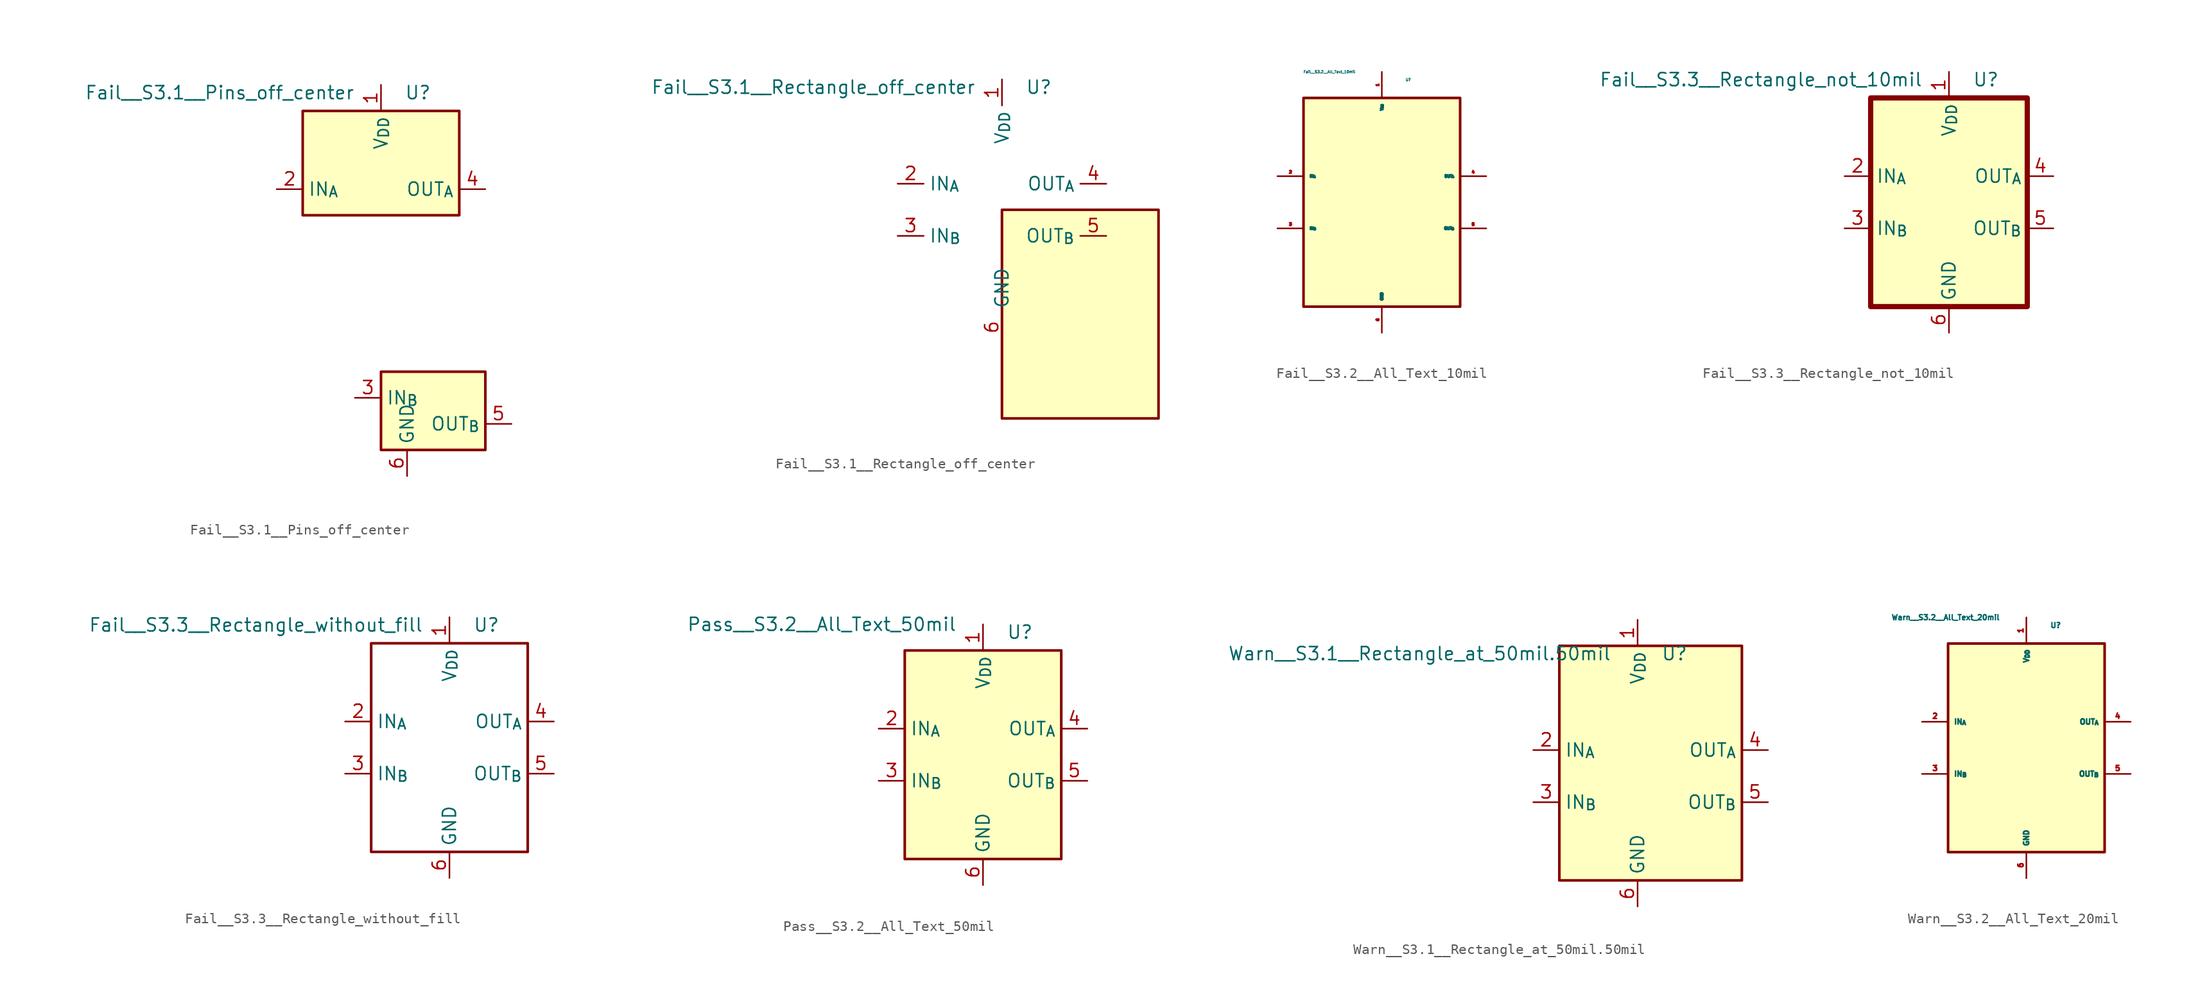
<source format=kicad_sym>
(kicad_symbol_lib
  (version 20201005)
  (generator kicad_symbol_editor)
  (symbol "CI_Test_S3.x:Fail__S3.1__Pins_off_center"
    (property "Reference" "U"
      (at 2.286 11.938 0)
      (effects (font (size 1.27 1.27)) (justify left)))
    (property "Value" "Fail__S3.1__Pins_off_center"
      (at -2.54 11.938 0)
      (effects (font (size 1.27 1.27)) (justify right)))
    (symbol "Fail__S3.1__Pins_off_center_0_1"
      (rectangle (start -7.62 10.16) (end 7.62 0) (stroke (width 0.254)) (fill (type background)))
      (rectangle (start 0 -15.24) (end 10.16 -22.86) (stroke (width 0.254)) (fill (type background))))
    (symbol "Fail__S3.1__Pins_off_center_1_1"
      (pin power_in line (at 0 12.7 270) (length 2.54) (name "V_{DD}" (effects (font (size 1.27 1.27)))) (number "1" (effects (font (size 1.27 1.27)))))
      (pin input line (at -10.16 2.54 0) (length 2.54) (name "IN_{A}" (effects (font (size 1.27 1.27)))) (number "2" (effects (font (size 1.27 1.27)))))
      (pin input line (at -2.54 -17.78 0) (length 2.54) (name "IN_{B}" (effects (font (size 1.27 1.27)))) (number "3" (effects (font (size 1.27 1.27)))))
      (pin output line (at 10.16 2.54 180) (length 2.54) (name "OUT_{A}" (effects (font (size 1.27 1.27)))) (number "4" (effects (font (size 1.27 1.27)))))
      (pin output line (at 12.7 -20.32 180) (length 2.54) (name "OUT_{B}" (effects (font (size 1.27 1.27)))) (number "5" (effects (font (size 1.27 1.27)))))
      (pin power_in line (at 2.54 -25.4 90) (length 2.54) (name "GND" (effects (font (size 1.27 1.27)))) (number "6" (effects (font (size 1.27 1.27)))))
      (pin unconnected line (at 7.62 7.62 180) (length 2.54) hide (name "NC" (effects (font (size 1.27 1.27)))) (number "7" (effects (font (size 1.27 1.27)))))
      (pin unconnected line (at 7.62 5.08 180) (length 2.54) hide (name "NC" (effects (font (size 1.27 1.27)))) (number "8" (effects (font (size 1.27 1.27)))))))
  (symbol "CI_Test_S3.x:Fail__S3.1__Rectangle_off_center"
    (property "Reference" "U"
      (at 2.286 11.938 0)
      (effects (font (size 1.27 1.27)) (justify left)))
    (property "Value" "Fail__S3.1__Rectangle_off_center"
      (at -2.54 11.938 0)
      (effects (font (size 1.27 1.27)) (justify right)))
    (symbol "Fail__S3.1__Rectangle_off_center_0_1"
      (rectangle (start 0 0) (end 15.24 -20.32) (stroke (width 0.254)) (fill (type background))))
    (symbol "Fail__S3.1__Rectangle_off_center_1_1"
      (pin power_in line (at 0 12.7 270) (length 2.54) (name "V_{DD}" (effects (font (size 1.27 1.27)))) (number "1" (effects (font (size 1.27 1.27)))))
      (pin input line (at -10.16 2.54 0) (length 2.54) (name "IN_{A}" (effects (font (size 1.27 1.27)))) (number "2" (effects (font (size 1.27 1.27)))))
      (pin input line (at -10.16 -2.54 0) (length 2.54) (name "IN_{B}" (effects (font (size 1.27 1.27)))) (number "3" (effects (font (size 1.27 1.27)))))
      (pin output line (at 10.16 2.54 180) (length 2.54) (name "OUT_{A}" (effects (font (size 1.27 1.27)))) (number "4" (effects (font (size 1.27 1.27)))))
      (pin output line (at 10.16 -2.54 180) (length 2.54) (name "OUT_{B}" (effects (font (size 1.27 1.27)))) (number "5" (effects (font (size 1.27 1.27)))))
      (pin power_in line (at 0 -12.7 90) (length 2.54) (name "GND" (effects (font (size 1.27 1.27)))) (number "6" (effects (font (size 1.27 1.27)))))
      (pin unconnected line (at 7.62 7.62 180) (length 2.54) hide (name "NC" (effects (font (size 1.27 1.27)))) (number "7" (effects (font (size 1.27 1.27)))))
      (pin unconnected line (at 7.62 -7.62 180) (length 2.54) hide (name "NC" (effects (font (size 1.27 1.27)))) (number "8" (effects (font (size 1.27 1.27)))))))
  (symbol "CI_Test_S3.x:Fail__S3.2__All_Text_10mil"
    (property "Reference" "U"
      (at 2.286 11.938 0)
      (effects (font (size 0.254 0.254)) (justify left)))
    (property "Value" "Fail__S3.2__All_Text_10mil"
      (at -2.54 12.7 0)
      (effects (font (size 0.254 0.254)) (justify right)))
    (symbol "Fail__S3.2__All_Text_10mil_0_1"
      (rectangle (start -7.62 10.16) (end 7.62 -10.16) (stroke (width 0.254)) (fill (type background))))
    (symbol "Fail__S3.2__All_Text_10mil_1_1"
      (pin power_in line (at 0 12.7 270) (length 2.54) (name "V_{DD}" (effects (font (size 0.254 0.254)))) (number "1" (effects (font (size 0.254 0.254)))))
      (pin input line (at -10.16 2.54 0) (length 2.54) (name "IN_{A}" (effects (font (size 0.254 0.254)))) (number "2" (effects (font (size 0.254 0.254)))))
      (pin input line (at -10.16 -2.54 0) (length 2.54) (name "IN_{B}" (effects (font (size 0.254 0.254)))) (number "3" (effects (font (size 0.254 0.254)))))
      (pin output line (at 10.16 2.54 180) (length 2.54) (name "OUT_{A}" (effects (font (size 0.254 0.254)))) (number "4" (effects (font (size 0.254 0.254)))))
      (pin output line (at 10.16 -2.54 180) (length 2.54) (name "OUT_{B}" (effects (font (size 0.254 0.254)))) (number "5" (effects (font (size 0.254 0.254)))))
      (pin power_in line (at 0 -12.7 90) (length 2.54) (name "GND" (effects (font (size 0.254 0.254)))) (number "6" (effects (font (size 0.254 0.254)))))
      (pin unconnected line (at 7.62 7.62 180) (length 2.54) hide (name "NC" (effects (font (size 0.254 0.254)))) (number "7" (effects (font (size 0.254 0.254)))))
      (pin unconnected line (at 7.62 -7.62 180) (length 2.54) hide (name "NC" (effects (font (size 0.254 0.254)))) (number "8" (effects (font (size 0.254 0.254)))))))
  (symbol "CI_Test_S3.x:Fail__S3.3__Rectangle_not_10mil"
    (property "Reference" "U"
      (at 2.286 11.938 0)
      (effects (font (size 1.27 1.27)) (justify left)))
    (property "Value" "Fail__S3.3__Rectangle_not_10mil"
      (at -2.54 11.938 0)
      (effects (font (size 1.27 1.27)) (justify right)))
    (symbol "Fail__S3.3__Rectangle_not_10mil_0_1"
      (rectangle (start -7.62 10.16) (end 7.62 -10.16) (stroke (width 0.508)) (fill (type background))))
    (symbol "Fail__S3.3__Rectangle_not_10mil_1_1"
      (pin power_in line (at 0 12.7 270) (length 2.54) (name "V_{DD}" (effects (font (size 1.27 1.27)))) (number "1" (effects (font (size 1.27 1.27)))))
      (pin input line (at -10.16 2.54 0) (length 2.54) (name "IN_{A}" (effects (font (size 1.27 1.27)))) (number "2" (effects (font (size 1.27 1.27)))))
      (pin input line (at -10.16 -2.54 0) (length 2.54) (name "IN_{B}" (effects (font (size 1.27 1.27)))) (number "3" (effects (font (size 1.27 1.27)))))
      (pin output line (at 10.16 2.54 180) (length 2.54) (name "OUT_{A}" (effects (font (size 1.27 1.27)))) (number "4" (effects (font (size 1.27 1.27)))))
      (pin output line (at 10.16 -2.54 180) (length 2.54) (name "OUT_{B}" (effects (font (size 1.27 1.27)))) (number "5" (effects (font (size 1.27 1.27)))))
      (pin power_in line (at 0 -12.7 90) (length 2.54) (name "GND" (effects (font (size 1.27 1.27)))) (number "6" (effects (font (size 1.27 1.27)))))
      (pin unconnected line (at 7.62 7.62 180) (length 2.54) hide (name "NC" (effects (font (size 1.27 1.27)))) (number "7" (effects (font (size 1.27 1.27)))))
      (pin unconnected line (at 7.62 -7.62 180) (length 2.54) hide (name "NC" (effects (font (size 1.27 1.27)))) (number "8" (effects (font (size 1.27 1.27)))))))
  (symbol "CI_Test_S3.x:Fail__S3.3__Rectangle_without_fill"
    (property "Reference" "U"
      (at 2.286 11.938 0)
      (effects (font (size 1.27 1.27)) (justify left)))
    (property "Value" "Fail__S3.3__Rectangle_without_fill"
      (at -2.54 11.938 0)
      (effects (font (size 1.27 1.27)) (justify right)))
    (symbol "Fail__S3.3__Rectangle_without_fill_0_1"
      (rectangle (start -7.62 10.16) (end 7.62 -10.16) (stroke (width 0.254)) (fill (type none))))
    (symbol "Fail__S3.3__Rectangle_without_fill_1_1"
      (pin power_in line (at 0 12.7 270) (length 2.54) (name "V_{DD}" (effects (font (size 1.27 1.27)))) (number "1" (effects (font (size 1.27 1.27)))))
      (pin input line (at -10.16 2.54 0) (length 2.54) (name "IN_{A}" (effects (font (size 1.27 1.27)))) (number "2" (effects (font (size 1.27 1.27)))))
      (pin input line (at -10.16 -2.54 0) (length 2.54) (name "IN_{B}" (effects (font (size 1.27 1.27)))) (number "3" (effects (font (size 1.27 1.27)))))
      (pin output line (at 10.16 2.54 180) (length 2.54) (name "OUT_{A}" (effects (font (size 1.27 1.27)))) (number "4" (effects (font (size 1.27 1.27)))))
      (pin output line (at 10.16 -2.54 180) (length 2.54) (name "OUT_{B}" (effects (font (size 1.27 1.27)))) (number "5" (effects (font (size 1.27 1.27)))))
      (pin power_in line (at 0 -12.7 90) (length 2.54) (name "GND" (effects (font (size 1.27 1.27)))) (number "6" (effects (font (size 1.27 1.27)))))
      (pin unconnected line (at 7.62 7.62 180) (length 2.54) hide (name "NC" (effects (font (size 1.27 1.27)))) (number "7" (effects (font (size 1.27 1.27)))))
      (pin unconnected line (at 7.62 -7.62 180) (length 2.54) hide (name "NC" (effects (font (size 1.27 1.27)))) (number "8" (effects (font (size 1.27 1.27)))))))
  (symbol "CI_Test_S3.x:Pass__S3.2__All_Text_50mil"
    (property "Reference" "U"
      (at 2.286 11.938 0)
      (effects (font (size 1.27 1.27)) (justify left)))
    (property "Value" "Pass__S3.2__All_Text_50mil"
      (at -2.54 12.7 0)
      (effects (font (size 1.27 1.27)) (justify right)))
    (symbol "Pass__S3.2__All_Text_50mil_0_1"
      (rectangle (start -7.62 10.16) (end 7.62 -10.16) (stroke (width 0.254)) (fill (type background))))
    (symbol "Pass__S3.2__All_Text_50mil_1_1"
      (pin power_in line (at 0 12.7 270) (length 2.54) (name "V_{DD}" (effects (font (size 1.27 1.27)))) (number "1" (effects (font (size 1.27 1.27)))))
      (pin input line (at -10.16 2.54 0) (length 2.54) (name "IN_{A}" (effects (font (size 1.27 1.27)))) (number "2" (effects (font (size 1.27 1.27)))))
      (pin input line (at -10.16 -2.54 0) (length 2.54) (name "IN_{B}" (effects (font (size 1.27 1.27)))) (number "3" (effects (font (size 1.27 1.27)))))
      (pin output line (at 10.16 2.54 180) (length 2.54) (name "OUT_{A}" (effects (font (size 1.27 1.27)))) (number "4" (effects (font (size 1.27 1.27)))))
      (pin output line (at 10.16 -2.54 180) (length 2.54) (name "OUT_{B}" (effects (font (size 1.27 1.27)))) (number "5" (effects (font (size 1.27 1.27)))))
      (pin power_in line (at 0 -12.7 90) (length 2.54) (name "GND" (effects (font (size 1.27 1.27)))) (number "6" (effects (font (size 1.27 1.27)))))
      (pin unconnected line (at 7.62 7.62 180) (length 2.54) hide (name "NC" (effects (font (size 1.27 1.27)))) (number "7" (effects (font (size 1.27 1.27)))))
      (pin unconnected line (at 7.62 -7.62 180) (length 2.54) hide (name "NC" (effects (font (size 1.27 1.27)))) (number "8" (effects (font (size 1.27 1.27)))))))
  (symbol "CI_Test_S3.x:Warn__S3.1__Rectangle_at_50mil.50mil"
    (property "Reference" "U"
      (at 2.286 11.938 0)
      (effects (font (size 1.27 1.27)) (justify left)))
    (property "Value" "Warn__S3.1__Rectangle_at_50mil.50mil"
      (at -2.54 11.938 0)
      (effects (font (size 1.27 1.27)) (justify right)))
    (symbol "Warn__S3.1__Rectangle_at_50mil.50mil_0_1"
      (rectangle (start -7.62 12.7) (end 10.16 -10.16) (stroke (width 0.254)) (fill (type background))))
    (symbol "Warn__S3.1__Rectangle_at_50mil.50mil_1_1"
      (pin power_in line (at 0 15.24 270) (length 2.54) (name "V_{DD}" (effects (font (size 1.27 1.27)))) (number "1" (effects (font (size 1.27 1.27)))))
      (pin input line (at -10.16 2.54 0) (length 2.54) (name "IN_{A}" (effects (font (size 1.27 1.27)))) (number "2" (effects (font (size 1.27 1.27)))))
      (pin input line (at -10.16 -2.54 0) (length 2.54) (name "IN_{B}" (effects (font (size 1.27 1.27)))) (number "3" (effects (font (size 1.27 1.27)))))
      (pin output line (at 12.7 2.54 180) (length 2.54) (name "OUT_{A}" (effects (font (size 1.27 1.27)))) (number "4" (effects (font (size 1.27 1.27)))))
      (pin output line (at 12.7 -2.54 180) (length 2.54) (name "OUT_{B}" (effects (font (size 1.27 1.27)))) (number "5" (effects (font (size 1.27 1.27)))))
      (pin power_in line (at 0 -12.7 90) (length 2.54) (name "GND" (effects (font (size 1.27 1.27)))) (number "6" (effects (font (size 1.27 1.27)))))
      (pin unconnected line (at 10.16 7.62 180) (length 2.54) hide (name "NC" (effects (font (size 1.27 1.27)))) (number "7" (effects (font (size 1.27 1.27)))))
      (pin unconnected line (at 10.16 -7.62 180) (length 2.54) hide (name "NC" (effects (font (size 1.27 1.27)))) (number "8" (effects (font (size 1.27 1.27)))))))
  (symbol "CI_Test_S3.x:Warn__S3.2__All_Text_20mil"
    (property "Reference" "U"
      (at 2.286 11.938 0)
      (effects (font (size 0.508 0.508)) (justify left)))
    (property "Value" "Warn__S3.2__All_Text_20mil"
      (at -2.54 12.7 0)
      (effects (font (size 0.508 0.508)) (justify right)))
    (symbol "Warn__S3.2__All_Text_20mil_0_1"
      (rectangle (start -7.62 10.16) (end 7.62 -10.16) (stroke (width 0.254)) (fill (type background))))
    (symbol "Warn__S3.2__All_Text_20mil_1_1"
      (pin power_in line (at 0 12.7 270) (length 2.54) (name "V_{DD}" (effects (font (size 0.508 0.508)))) (number "1" (effects (font (size 0.508 0.508)))))
      (pin input line (at -10.16 2.54 0) (length 2.54) (name "IN_{A}" (effects (font (size 0.508 0.508)))) (number "2" (effects (font (size 0.508 0.508)))))
      (pin input line (at -10.16 -2.54 0) (length 2.54) (name "IN_{B}" (effects (font (size 0.508 0.508)))) (number "3" (effects (font (size 0.508 0.508)))))
      (pin output line (at 10.16 2.54 180) (length 2.54) (name "OUT_{A}" (effects (font (size 0.508 0.508)))) (number "4" (effects (font (size 0.508 0.508)))))
      (pin output line (at 10.16 -2.54 180) (length 2.54) (name "OUT_{B}" (effects (font (size 0.508 0.508)))) (number "5" (effects (font (size 0.508 0.508)))))
      (pin power_in line (at 0 -12.7 90) (length 2.54) (name "GND" (effects (font (size 0.508 0.508)))) (number "6" (effects (font (size 0.508 0.508)))))
      (pin unconnected line (at 7.62 7.62 180) (length 2.54) hide (name "NC" (effects (font (size 0.508 0.508)))) (number "7" (effects (font (size 0.508 0.508)))))
      (pin unconnected line (at 7.62 -7.62 180) (length 2.54) hide (name "NC" (effects (font (size 0.508 0.508)))) (number "8" (effects (font (size 0.508 0.508))))))))
</source>
